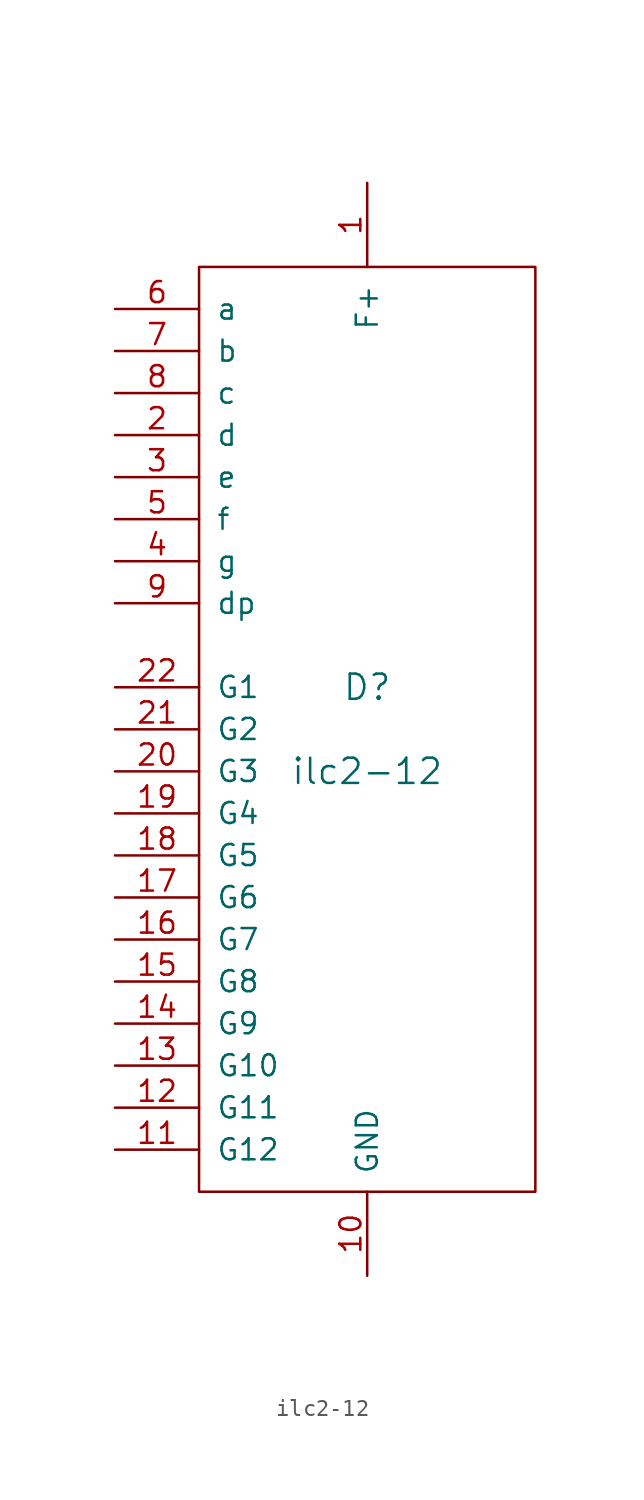
<source format=kicad_sym>
(kicad_symbol_lib
  (version 20231120)
  (generator "kicad_symbol_editor")
  (generator_version "8.0")
  (symbol "ilc2-12"
    (pin_names
      (offset 1.016))
    (property "Reference" "D"
      (at 0 2.54 0)
      (effects (font (size 1.524 1.524))))
    (property "Value" "ilc2-12"
      (at 0 -2.54 0)
      (effects (font (size 1.524 1.524))))
    (symbol "ilc2-12_0_1"
      (rectangle (start -10.16 27.94) (end 10.16 -27.94) (stroke (width 0) (type solid)) (fill (type none))))
    (symbol "ilc2-12_1_1"
      (pin power_in line (at 0 33.02 270) (length 5.08) (name "F+" (effects (font (size 1.27 1.27)))) (number "1" (effects (font (size 1.27 1.27)))))
      (pin power_in line (at 0 -33.02 90) (length 5.08) (name "GND" (effects (font (size 1.27 1.27)))) (number "10" (effects (font (size 1.27 1.27)))))
      (pin power_in line (at -15.24 -25.4 0) (length 5.08) (name "G12" (effects (font (size 1.27 1.27)))) (number "11" (effects (font (size 1.27 1.27)))))
      (pin power_in line (at -15.24 -22.86 0) (length 5.08) (name "G11" (effects (font (size 1.27 1.27)))) (number "12" (effects (font (size 1.27 1.27)))))
      (pin power_in line (at -15.24 -20.32 0) (length 5.08) (name "G10" (effects (font (size 1.27 1.27)))) (number "13" (effects (font (size 1.27 1.27)))))
      (pin power_in line (at -15.24 -17.78 0) (length 5.08) (name "G9" (effects (font (size 1.27 1.27)))) (number "14" (effects (font (size 1.27 1.27)))))
      (pin power_in line (at -15.24 -15.24 0) (length 5.08) (name "G8" (effects (font (size 1.27 1.27)))) (number "15" (effects (font (size 1.27 1.27)))))
      (pin power_in line (at -15.24 -12.7 0) (length 5.08) (name "G7" (effects (font (size 1.27 1.27)))) (number "16" (effects (font (size 1.27 1.27)))))
      (pin power_in line (at -15.24 -10.16 0) (length 5.08) (name "G6" (effects (font (size 1.27 1.27)))) (number "17" (effects (font (size 1.27 1.27)))))
      (pin power_in line (at -15.24 -7.62 0) (length 5.08) (name "G5" (effects (font (size 1.27 1.27)))) (number "18" (effects (font (size 1.27 1.27)))))
      (pin power_in line (at -15.24 -5.08 0) (length 5.08) (name "G4" (effects (font (size 1.27 1.27)))) (number "19" (effects (font (size 1.27 1.27)))))
      (pin input line (at -15.24 17.78 0) (length 5.08) (name "d" (effects (font (size 1.27 1.27)))) (number "2" (effects (font (size 1.27 1.27)))))
      (pin power_in line (at -15.24 -2.54 0) (length 5.08) (name "G3" (effects (font (size 1.27 1.27)))) (number "20" (effects (font (size 1.27 1.27)))))
      (pin power_in line (at -15.24 0 0) (length 5.08) (name "G2" (effects (font (size 1.27 1.27)))) (number "21" (effects (font (size 1.27 1.27)))))
      (pin power_in line (at -15.24 2.54 0) (length 5.08) (name "G1" (effects (font (size 1.27 1.27)))) (number "22" (effects (font (size 1.27 1.27)))))
      (pin input line (at -15.24 15.24 0) (length 5.08) (name "e" (effects (font (size 1.27 1.27)))) (number "3" (effects (font (size 1.27 1.27)))))
      (pin input line (at -15.24 10.16 0) (length 5.08) (name "g" (effects (font (size 1.27 1.27)))) (number "4" (effects (font (size 1.27 1.27)))))
      (pin input line (at -15.24 12.7 0) (length 5.08) (name "f" (effects (font (size 1.27 1.27)))) (number "5" (effects (font (size 1.27 1.27)))))
      (pin input line (at -15.24 25.4 0) (length 5.08) (name "a" (effects (font (size 1.27 1.27)))) (number "6" (effects (font (size 1.27 1.27)))))
      (pin input line (at -15.24 22.86 0) (length 5.08) (name "b" (effects (font (size 1.27 1.27)))) (number "7" (effects (font (size 1.27 1.27)))))
      (pin input line (at -15.24 20.32 0) (length 5.08) (name "c" (effects (font (size 1.27 1.27)))) (number "8" (effects (font (size 1.27 1.27)))))
      (pin input line (at -15.24 7.62 0) (length 5.08) (name "dp" (effects (font (size 1.27 1.27)))) (number "9" (effects (font (size 1.27 1.27))))))))
</source>
